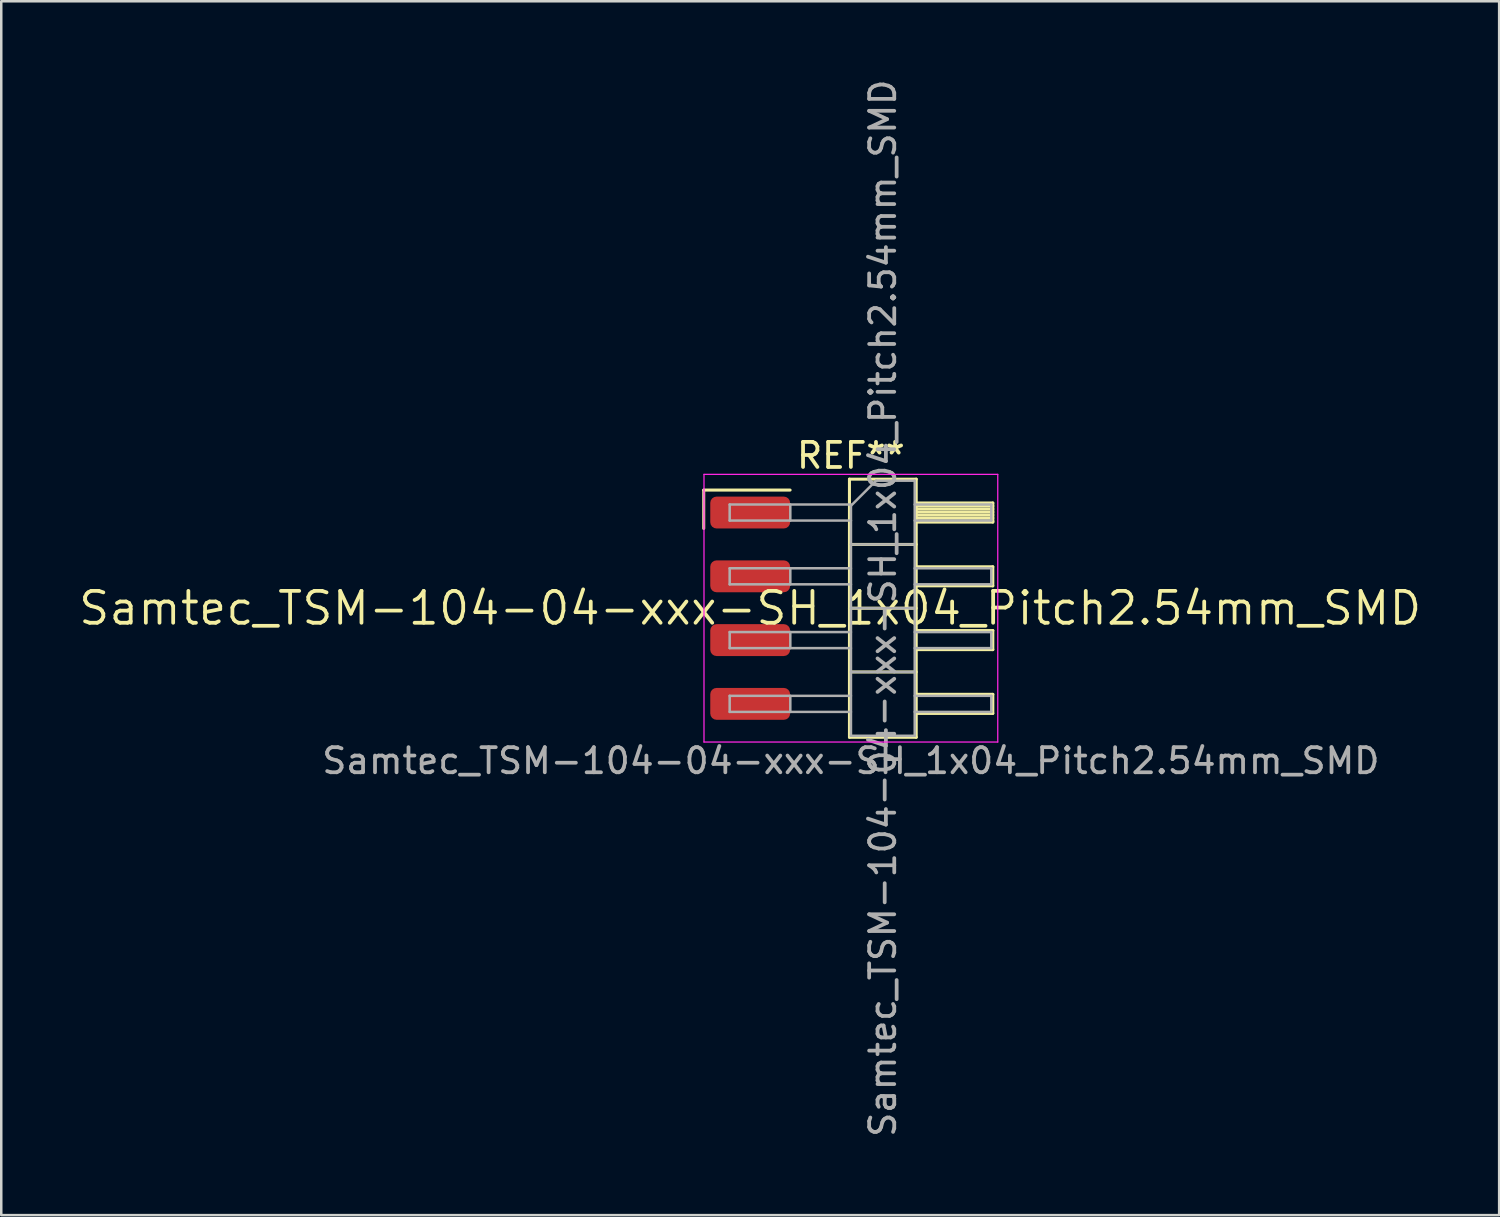
<source format=kicad_pcb>
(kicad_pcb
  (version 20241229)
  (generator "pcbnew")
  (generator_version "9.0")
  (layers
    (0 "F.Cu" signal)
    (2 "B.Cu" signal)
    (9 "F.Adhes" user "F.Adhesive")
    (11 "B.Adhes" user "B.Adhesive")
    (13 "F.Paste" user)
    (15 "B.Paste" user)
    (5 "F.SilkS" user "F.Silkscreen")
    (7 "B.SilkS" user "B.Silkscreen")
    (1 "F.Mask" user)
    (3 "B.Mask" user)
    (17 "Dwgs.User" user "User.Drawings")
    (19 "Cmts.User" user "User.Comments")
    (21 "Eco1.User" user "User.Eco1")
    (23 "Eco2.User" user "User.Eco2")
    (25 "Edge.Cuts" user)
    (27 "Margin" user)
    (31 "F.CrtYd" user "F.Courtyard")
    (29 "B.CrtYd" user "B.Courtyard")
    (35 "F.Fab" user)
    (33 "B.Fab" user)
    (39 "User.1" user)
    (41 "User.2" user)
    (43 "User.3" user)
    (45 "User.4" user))
  (footprint "Samtec_TSM-104-04-xxx-SH_1x04_Pitch2.54mm_SMD"
    (layer "F.Cu")
    (at 26.828 21.173)
    (property "Reference" "Samtec_TSM-104-04-xxx-SH_1x04_Pitch2.54mm_SMD" (at 0 0 0) (layer "F.SilkS") (effects (font (size 1.27 1.27) (thickness 0.15))))
    (attr smd)
    (fp_line (start -1.85 -4.705) (end 1.59 -4.705) (stroke (width 0.12) (type solid)) (layer "F.SilkS"))
    (fp_line (start -1.85 -3.175) (end -1.85 -4.705) (stroke (width 0.12) (type solid)) (layer "F.SilkS"))
    (fp_line (start 3.953 -5.14) (end 6.613 -5.14) (stroke (width 0.12) (type solid)) (layer "F.SilkS"))
    (fp_line (start 3.953 -2.54) (end 6.613 -2.54) (stroke (width 0.12) (type solid)) (layer "F.SilkS"))
    (fp_line (start 3.953 0) (end 6.613 0) (stroke (width 0.12) (type solid)) (layer "F.SilkS"))
    (fp_line (start 3.953 2.54) (end 6.613 2.54) (stroke (width 0.12) (type solid)) (layer "F.SilkS"))
    (fp_line (start 3.953 5.14) (end 3.953 -5.14) (stroke (width 0.12) (type solid)) (layer "F.SilkS"))
    (fp_line (start 6.613 -5.14) (end 6.613 5.14) (stroke (width 0.12) (type solid)) (layer "F.SilkS"))
    (fp_line (start 6.613 -4.19) (end 9.663 -4.19) (stroke (width 0.12) (type solid)) (layer "F.SilkS"))
    (fp_line (start 6.613 -4.07) (end 9.663 -4.07) (stroke (width 0.12) (type solid)) (layer "F.SilkS"))
    (fp_line (start 6.613 -3.95) (end 9.663 -3.95) (stroke (width 0.12) (type solid)) (layer "F.SilkS"))
    (fp_line (start 6.613 -3.83) (end 9.663 -3.83) (stroke (width 0.12) (type solid)) (layer "F.SilkS"))
    (fp_line (start 6.613 -3.71) (end 9.663 -3.71) (stroke (width 0.12) (type solid)) (layer "F.SilkS"))
    (fp_line (start 6.613 -3.59) (end 9.663 -3.59) (stroke (width 0.12) (type solid)) (layer "F.SilkS"))
    (fp_line (start 6.613 -3.47) (end 9.663 -3.47) (stroke (width 0.12) (type solid)) (layer "F.SilkS"))
    (fp_line (start 6.613 -3.43) (end 9.663 -3.43) (stroke (width 0.12) (type solid)) (layer "F.SilkS"))
    (fp_line (start 6.613 -1.65) (end 9.663 -1.65) (stroke (width 0.12) (type solid)) (layer "F.SilkS"))
    (fp_line (start 6.613 -0.89) (end 9.663 -0.89) (stroke (width 0.12) (type solid)) (layer "F.SilkS"))
    (fp_line (start 6.613 0.89) (end 9.663 0.89) (stroke (width 0.12) (type solid)) (layer "F.SilkS"))
    (fp_line (start 6.613 1.65) (end 9.663 1.65) (stroke (width 0.12) (type solid)) (layer "F.SilkS"))
    (fp_line (start 6.613 3.43) (end 9.663 3.43) (stroke (width 0.12) (type solid)) (layer "F.SilkS"))
    (fp_line (start 6.613 4.19) (end 9.663 4.19) (stroke (width 0.12) (type solid)) (layer "F.SilkS"))
    (fp_line (start 6.613 5.14) (end 3.953 5.14) (stroke (width 0.12) (type solid)) (layer "F.SilkS"))
    (fp_line (start 9.663 -4.19) (end 9.663 -3.43) (stroke (width 0.12) (type solid)) (layer "F.SilkS"))
    (fp_line (start 9.663 -1.65) (end 9.663 -0.89) (stroke (width 0.12) (type solid)) (layer "F.SilkS"))
    (fp_line (start 9.663 0.89) (end 9.663 1.65) (stroke (width 0.12) (type solid)) (layer "F.SilkS"))
    (fp_line (start 9.663 3.43) (end 9.663 4.19) (stroke (width 0.12) (type solid)) (layer "F.SilkS"))
    (fp_line (start -1.84 -5.33) (end 9.86 -5.33) (stroke (width 0.05) (type solid)) (layer "F.CrtYd"))
    (fp_line (start -1.84 5.33) (end -1.84 -5.33) (stroke (width 0.05) (type solid)) (layer "F.CrtYd"))
    (fp_line (start 9.86 -5.33) (end 9.86 5.33) (stroke (width 0.05) (type solid)) (layer "F.CrtYd"))
    (fp_line (start 9.86 5.33) (end -1.84 5.33) (stroke (width 0.05) (type solid)) (layer "F.CrtYd"))
    (fp_line (start -0.817 -4.13) (end -0.817 -3.49) (stroke (width 0.1) (type solid)) (layer "F.Fab"))
    (fp_line (start -0.817 -4.13) (end 4.013 -4.13) (stroke (width 0.1) (type solid)) (layer "F.Fab"))
    (fp_line (start -0.817 -3.49) (end 4.013 -3.49) (stroke (width 0.1) (type solid)) (layer "F.Fab"))
    (fp_line (start -0.817 -1.59) (end -0.817 -0.95) (stroke (width 0.1) (type solid)) (layer "F.Fab"))
    (fp_line (start -0.817 -1.59) (end 4.013 -1.59) (stroke (width 0.1) (type solid)) (layer "F.Fab"))
    (fp_line (start -0.817 -0.95) (end 4.013 -0.95) (stroke (width 0.1) (type solid)) (layer "F.Fab"))
    (fp_line (start -0.817 0.95) (end -0.817 1.59) (stroke (width 0.1) (type solid)) (layer "F.Fab"))
    (fp_line (start -0.817 0.95) (end 4.013 0.95) (stroke (width 0.1) (type solid)) (layer "F.Fab"))
    (fp_line (start -0.817 1.59) (end 4.013 1.59) (stroke (width 0.1) (type solid)) (layer "F.Fab"))
    (fp_line (start -0.817 3.49) (end -0.817 4.13) (stroke (width 0.1) (type solid)) (layer "F.Fab"))
    (fp_line (start -0.817 3.49) (end 4.013 3.49) (stroke (width 0.1) (type solid)) (layer "F.Fab"))
    (fp_line (start -0.817 4.13) (end 4.013 4.13) (stroke (width 0.1) (type solid)) (layer "F.Fab"))
    (fp_line (start 1.598 -4.13) (end 1.598 -3.49) (stroke (width 0.1) (type solid)) (layer "F.Fab"))
    (fp_line (start 1.598 -1.59) (end 1.598 -0.95) (stroke (width 0.1) (type solid)) (layer "F.Fab"))
    (fp_line (start 1.598 0.95) (end 1.598 1.59) (stroke (width 0.1) (type solid)) (layer "F.Fab"))
    (fp_line (start 1.598 3.49) (end 1.598 4.13) (stroke (width 0.1) (type solid)) (layer "F.Fab"))
    (fp_line (start 4.013 -4.08) (end 5.013 -5.08) (stroke (width 0.1) (type solid)) (layer "F.Fab"))
    (fp_line (start 4.013 -2.54) (end 6.553 -2.54) (stroke (width 0.1) (type solid)) (layer "F.Fab"))
    (fp_line (start 4.013 0) (end 6.553 0) (stroke (width 0.1) (type solid)) (layer "F.Fab"))
    (fp_line (start 4.013 2.54) (end 6.553 2.54) (stroke (width 0.1) (type solid)) (layer "F.Fab"))
    (fp_line (start 4.013 5.08) (end 4.013 -4.08) (stroke (width 0.1) (type solid)) (layer "F.Fab"))
    (fp_line (start 5.013 -5.08) (end 6.553 -5.08) (stroke (width 0.1) (type solid)) (layer "F.Fab"))
    (fp_line (start 6.553 -5.08) (end 6.553 5.08) (stroke (width 0.1) (type solid)) (layer "F.Fab"))
    (fp_line (start 6.553 -4.13) (end 9.603 -4.13) (stroke (width 0.1) (type solid)) (layer "F.Fab"))
    (fp_line (start 6.553 -3.49) (end 9.603 -3.49) (stroke (width 0.1) (type solid)) (layer "F.Fab"))
    (fp_line (start 6.553 -1.59) (end 9.603 -1.59) (stroke (width 0.1) (type solid)) (layer "F.Fab"))
    (fp_line (start 6.553 -0.95) (end 9.603 -0.95) (stroke (width 0.1) (type solid)) (layer "F.Fab"))
    (fp_line (start 6.553 0.95) (end 9.603 0.95) (stroke (width 0.1) (type solid)) (layer "F.Fab"))
    (fp_line (start 6.553 1.59) (end 9.603 1.59) (stroke (width 0.1) (type solid)) (layer "F.Fab"))
    (fp_line (start 6.553 3.49) (end 9.603 3.49) (stroke (width 0.1) (type solid)) (layer "F.Fab"))
    (fp_line (start 6.553 4.13) (end 9.603 4.13) (stroke (width 0.1) (type solid)) (layer "F.Fab"))
    (fp_line (start 6.553 5.08) (end 4.013 5.08) (stroke (width 0.1) (type solid)) (layer "F.Fab"))
    (fp_line (start 9.603 -4.13) (end 9.603 -3.49) (stroke (width 0.1) (type solid)) (layer "F.Fab"))
    (fp_line (start 9.603 -1.59) (end 9.603 -0.95) (stroke (width 0.1) (type solid)) (layer "F.Fab"))
    (fp_line (start 9.603 0.95) (end 9.603 1.59) (stroke (width 0.1) (type solid)) (layer "F.Fab"))
    (fp_line (start 9.603 3.49) (end 9.603 4.13) (stroke (width 0.1) (type solid)) (layer "F.Fab"))
    (fp_text user "REF**" (at 4.01 -6.08 0) (layer "F.SilkS") (effects (font (size 1 1) (thickness 0.15))))
    (fp_text user "${REFERENCE}" (at 5.283 0 90) (layer "F.Fab") (effects (font (size 1 1) (thickness 0.15))))
    (fp_text user "Samtec_TSM-104-04-xxx-SH_1x04_Pitch2.54mm_SMD" (at 4.01 6.08 0) (layer "F.Fab") (effects (font (size 1 1) (thickness 0.15))))
    (pad "1" smd roundrect (at 0 -3.81) (size 3.18 1.27) (layers "F.Cu" "F.Mask" "F.Paste") (roundrect_rratio 0.197))
    (pad "2" smd roundrect (at 0 -1.27) (size 3.18 1.27) (layers "F.Cu" "F.Mask" "F.Paste") (roundrect_rratio 0.197))
    (pad "3" smd roundrect (at 0 1.27) (size 3.18 1.27) (layers "F.Cu" "F.Mask" "F.Paste") (roundrect_rratio 0.197))
    (pad "4" smd roundrect (at 0 3.81) (size 3.18 1.27) (layers "F.Cu" "F.Mask" "F.Paste") (roundrect_rratio 0.197)))
  (gr_rect
    (start -3 -3)
    (end 56.657 45.345)
    (stroke (width 0.1) (type default))
    (fill no)
    (layer "Edge.Cuts")))
</source>
